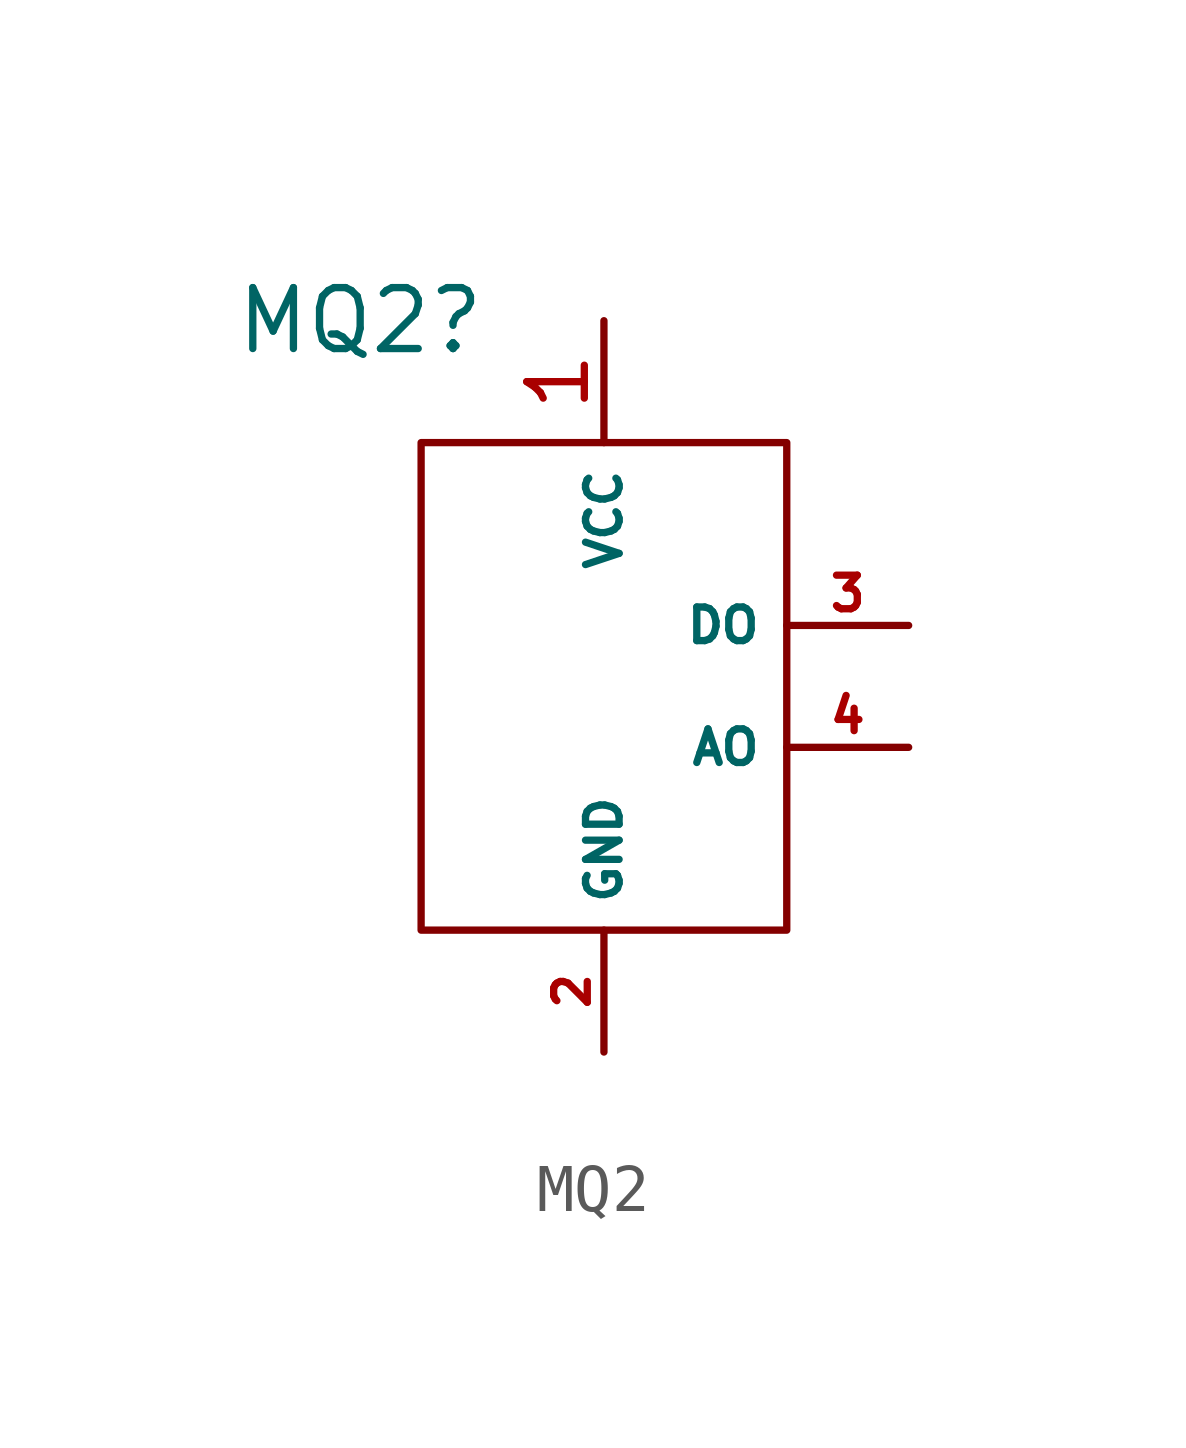
<source format=kicad_sym>
(kicad_symbol_lib
  (version 20220914)
  (generator kicad_symbol_editor)
  (symbol "MQ2"
    (property "Reference" "MQ2"
      (at -3.81 5.08 0)
      (effects (font (size 1.27 1.27))))
    (property "Value" ""
      (at 0 0 0)
      (effects (font (size 1.27 1.27))))
    (symbol "MQ2_0_1"
      (rectangle (start -2.54 2.54) (end 5.08 -7.62) (stroke (width 0) (type default)) (fill (type none))))
    (symbol "MQ2_1_1"
      (pin power_in line (at 1.27 5.08 270) (length 2.54) (name "VCC" (effects (font (size 0.7 0.7)))) (number "1" (effects (font (size 1.2 1.2)))))
      (pin power_in line (at 1.27 -10.16 90) (length 2.54) (name "GND" (effects (font (size 0.7 0.7)))) (number "2" (effects (font (size 0.7 0.7)))))
      (pin output line (at 7.62 -1.27 180) (length 2.54) (name "DO" (effects (font (size 0.7 0.7)))) (number "3" (effects (font (size 0.7 0.7)))))
      (pin output line (at 7.62 -3.81 180) (length 2.54) (name "AO" (effects (font (size 0.7 0.7)))) (number "4" (effects (font (size 0.7 0.7))))))))
</source>
